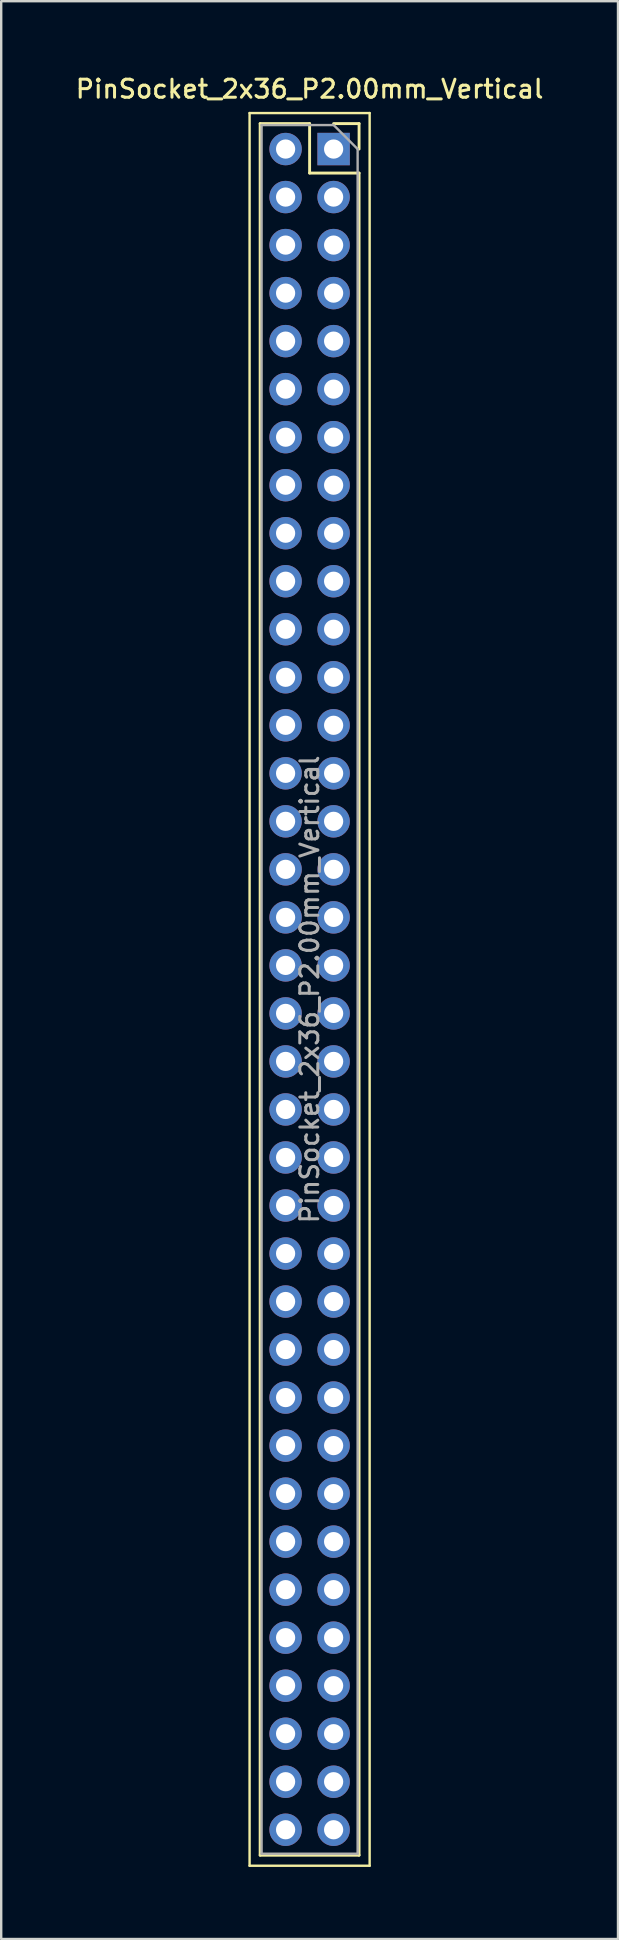
<source format=kicad_pcb>
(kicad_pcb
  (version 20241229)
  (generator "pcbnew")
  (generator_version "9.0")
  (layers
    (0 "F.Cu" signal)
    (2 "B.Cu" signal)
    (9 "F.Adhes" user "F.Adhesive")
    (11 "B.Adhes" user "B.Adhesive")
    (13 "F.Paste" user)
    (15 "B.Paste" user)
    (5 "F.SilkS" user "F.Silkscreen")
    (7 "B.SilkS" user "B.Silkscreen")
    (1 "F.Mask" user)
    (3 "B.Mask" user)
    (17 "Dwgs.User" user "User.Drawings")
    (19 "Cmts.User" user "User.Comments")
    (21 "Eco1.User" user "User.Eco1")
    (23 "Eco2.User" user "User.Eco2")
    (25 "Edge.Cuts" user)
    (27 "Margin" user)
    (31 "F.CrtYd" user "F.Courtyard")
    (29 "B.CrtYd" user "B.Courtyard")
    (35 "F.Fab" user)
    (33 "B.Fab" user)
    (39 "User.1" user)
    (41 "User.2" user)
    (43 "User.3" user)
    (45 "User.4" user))
  (footprint "PinSocket_2x36_P2.00mm_Vertical"
    (layer "F.Cu")
    (at 10.845 3.158)
    (property "Reference" "PinSocket_2x36_P2.00mm_Vertical" (at -1 -2.5 0) (layer "F.SilkS") (effects (font (size 0.75 0.75) (thickness 0.125))))
    (attr through_hole)
    (fp_line (start -3.5 -1.5) (end 1.5 -1.5) (stroke (width 0.1) (type solid)) (layer "F.SilkS"))
    (fp_line (start -3.5 71.5) (end -3.5 -1.5) (stroke (width 0.1) (type solid)) (layer "F.SilkS"))
    (fp_line (start -3.06 -1.06) (end -3.06 71.06) (stroke (width 0.12) (type solid)) (layer "F.SilkS"))
    (fp_line (start -3.06 -1.06) (end -1 -1.06) (stroke (width 0.12) (type solid)) (layer "F.SilkS"))
    (fp_line (start -3.06 71.06) (end 1.06 71.06) (stroke (width 0.12) (type solid)) (layer "F.SilkS"))
    (fp_line (start -1 -1.06) (end -1 1) (stroke (width 0.12) (type solid)) (layer "F.SilkS"))
    (fp_line (start -1 1) (end 1.06 1) (stroke (width 0.12) (type solid)) (layer "F.SilkS"))
    (fp_line (start 0 -1.06) (end 1.06 -1.06) (stroke (width 0.12) (type solid)) (layer "F.SilkS"))
    (fp_line (start 1.06 -1.06) (end 1.06 0) (stroke (width 0.12) (type solid)) (layer "F.SilkS"))
    (fp_line (start 1.06 1) (end 1.06 71.06) (stroke (width 0.12) (type solid)) (layer "F.SilkS"))
    (fp_line (start 1.5 -1.5) (end 1.5 71.5) (stroke (width 0.1) (type solid)) (layer "F.SilkS"))
    (fp_line (start 1.5 71.5) (end -3.5 71.5) (stroke (width 0.1) (type solid)) (layer "F.SilkS"))
    (fp_line (start -3 -1) (end 0 -1) (stroke (width 0.1) (type solid)) (layer "F.Fab"))
    (fp_line (start -3 71) (end -3 -1) (stroke (width 0.1) (type solid)) (layer "F.Fab"))
    (fp_line (start 0 -1) (end 1 0) (stroke (width 0.1) (type solid)) (layer "F.Fab"))
    (fp_line (start 1 0) (end 1 71) (stroke (width 0.1) (type solid)) (layer "F.Fab"))
    (fp_line (start 1 71) (end -3 71) (stroke (width 0.1) (type solid)) (layer "F.Fab"))
    (fp_text user "${REFERENCE}" (at -1 35 90) (layer "F.Fab") (effects (font (size 0.75 0.75) (thickness 0.125))))
    (pad "1" thru_hole rect (at 0 0) (size 1.35 1.35) (drill 0.8) (layers "*.Cu" "*.Mask"))
    (pad "2" thru_hole oval (at -2 0) (size 1.35 1.35) (drill 0.8) (layers "*.Cu" "*.Mask"))
    (pad "3" thru_hole oval (at 0 2) (size 1.35 1.35) (drill 0.8) (layers "*.Cu" "*.Mask"))
    (pad "4" thru_hole oval (at -2 2) (size 1.35 1.35) (drill 0.8) (layers "*.Cu" "*.Mask"))
    (pad "5" thru_hole oval (at 0 4) (size 1.35 1.35) (drill 0.8) (layers "*.Cu" "*.Mask"))
    (pad "6" thru_hole oval (at -2 4) (size 1.35 1.35) (drill 0.8) (layers "*.Cu" "*.Mask"))
    (pad "7" thru_hole oval (at 0 6) (size 1.35 1.35) (drill 0.8) (layers "*.Cu" "*.Mask"))
    (pad "8" thru_hole oval (at -2 6) (size 1.35 1.35) (drill 0.8) (layers "*.Cu" "*.Mask"))
    (pad "9" thru_hole oval (at 0 8) (size 1.35 1.35) (drill 0.8) (layers "*.Cu" "*.Mask"))
    (pad "10" thru_hole oval (at -2 8) (size 1.35 1.35) (drill 0.8) (layers "*.Cu" "*.Mask"))
    (pad "11" thru_hole oval (at 0 10) (size 1.35 1.35) (drill 0.8) (layers "*.Cu" "*.Mask"))
    (pad "12" thru_hole oval (at -2 10) (size 1.35 1.35) (drill 0.8) (layers "*.Cu" "*.Mask"))
    (pad "13" thru_hole oval (at 0 12) (size 1.35 1.35) (drill 0.8) (layers "*.Cu" "*.Mask"))
    (pad "14" thru_hole oval (at -2 12) (size 1.35 1.35) (drill 0.8) (layers "*.Cu" "*.Mask"))
    (pad "15" thru_hole oval (at 0 14) (size 1.35 1.35) (drill 0.8) (layers "*.Cu" "*.Mask"))
    (pad "16" thru_hole oval (at -2 14) (size 1.35 1.35) (drill 0.8) (layers "*.Cu" "*.Mask"))
    (pad "17" thru_hole oval (at 0 16) (size 1.35 1.35) (drill 0.8) (layers "*.Cu" "*.Mask"))
    (pad "18" thru_hole oval (at -2 16) (size 1.35 1.35) (drill 0.8) (layers "*.Cu" "*.Mask"))
    (pad "19" thru_hole oval (at 0 18) (size 1.35 1.35) (drill 0.8) (layers "*.Cu" "*.Mask"))
    (pad "20" thru_hole oval (at -2 18) (size 1.35 1.35) (drill 0.8) (layers "*.Cu" "*.Mask"))
    (pad "21" thru_hole oval (at 0 20) (size 1.35 1.35) (drill 0.8) (layers "*.Cu" "*.Mask"))
    (pad "22" thru_hole oval (at -2 20) (size 1.35 1.35) (drill 0.8) (layers "*.Cu" "*.Mask"))
    (pad "23" thru_hole oval (at 0 22) (size 1.35 1.35) (drill 0.8) (layers "*.Cu" "*.Mask"))
    (pad "24" thru_hole oval (at -2 22) (size 1.35 1.35) (drill 0.8) (layers "*.Cu" "*.Mask"))
    (pad "25" thru_hole oval (at 0 24) (size 1.35 1.35) (drill 0.8) (layers "*.Cu" "*.Mask"))
    (pad "26" thru_hole oval (at -2 24) (size 1.35 1.35) (drill 0.8) (layers "*.Cu" "*.Mask"))
    (pad "27" thru_hole oval (at 0 26) (size 1.35 1.35) (drill 0.8) (layers "*.Cu" "*.Mask"))
    (pad "28" thru_hole oval (at -2 26) (size 1.35 1.35) (drill 0.8) (layers "*.Cu" "*.Mask"))
    (pad "29" thru_hole oval (at 0 28) (size 1.35 1.35) (drill 0.8) (layers "*.Cu" "*.Mask"))
    (pad "30" thru_hole oval (at -2 28) (size 1.35 1.35) (drill 0.8) (layers "*.Cu" "*.Mask"))
    (pad "31" thru_hole oval (at 0 30) (size 1.35 1.35) (drill 0.8) (layers "*.Cu" "*.Mask"))
    (pad "32" thru_hole oval (at -2 30) (size 1.35 1.35) (drill 0.8) (layers "*.Cu" "*.Mask"))
    (pad "33" thru_hole oval (at 0 32) (size 1.35 1.35) (drill 0.8) (layers "*.Cu" "*.Mask"))
    (pad "34" thru_hole oval (at -2 32) (size 1.35 1.35) (drill 0.8) (layers "*.Cu" "*.Mask"))
    (pad "35" thru_hole oval (at 0 34) (size 1.35 1.35) (drill 0.8) (layers "*.Cu" "*.Mask"))
    (pad "36" thru_hole oval (at -2 34) (size 1.35 1.35) (drill 0.8) (layers "*.Cu" "*.Mask"))
    (pad "37" thru_hole oval (at 0 36) (size 1.35 1.35) (drill 0.8) (layers "*.Cu" "*.Mask"))
    (pad "38" thru_hole oval (at -2 36) (size 1.35 1.35) (drill 0.8) (layers "*.Cu" "*.Mask"))
    (pad "39" thru_hole oval (at 0 38) (size 1.35 1.35) (drill 0.8) (layers "*.Cu" "*.Mask"))
    (pad "40" thru_hole oval (at -2 38) (size 1.35 1.35) (drill 0.8) (layers "*.Cu" "*.Mask"))
    (pad "41" thru_hole oval (at 0 40) (size 1.35 1.35) (drill 0.8) (layers "*.Cu" "*.Mask"))
    (pad "42" thru_hole oval (at -2 40) (size 1.35 1.35) (drill 0.8) (layers "*.Cu" "*.Mask"))
    (pad "43" thru_hole oval (at 0 42) (size 1.35 1.35) (drill 0.8) (layers "*.Cu" "*.Mask"))
    (pad "44" thru_hole oval (at -2 42) (size 1.35 1.35) (drill 0.8) (layers "*.Cu" "*.Mask"))
    (pad "45" thru_hole oval (at 0 44) (size 1.35 1.35) (drill 0.8) (layers "*.Cu" "*.Mask"))
    (pad "46" thru_hole oval (at -2 44) (size 1.35 1.35) (drill 0.8) (layers "*.Cu" "*.Mask"))
    (pad "47" thru_hole oval (at 0 46) (size 1.35 1.35) (drill 0.8) (layers "*.Cu" "*.Mask"))
    (pad "48" thru_hole oval (at -2 46) (size 1.35 1.35) (drill 0.8) (layers "*.Cu" "*.Mask"))
    (pad "49" thru_hole oval (at 0 48) (size 1.35 1.35) (drill 0.8) (layers "*.Cu" "*.Mask"))
    (pad "50" thru_hole oval (at -2 48) (size 1.35 1.35) (drill 0.8) (layers "*.Cu" "*.Mask"))
    (pad "51" thru_hole oval (at 0 50) (size 1.35 1.35) (drill 0.8) (layers "*.Cu" "*.Mask"))
    (pad "52" thru_hole oval (at -2 50) (size 1.35 1.35) (drill 0.8) (layers "*.Cu" "*.Mask"))
    (pad "53" thru_hole oval (at 0 52) (size 1.35 1.35) (drill 0.8) (layers "*.Cu" "*.Mask"))
    (pad "54" thru_hole oval (at -2 52) (size 1.35 1.35) (drill 0.8) (layers "*.Cu" "*.Mask"))
    (pad "55" thru_hole oval (at 0 54) (size 1.35 1.35) (drill 0.8) (layers "*.Cu" "*.Mask"))
    (pad "56" thru_hole oval (at -2 54) (size 1.35 1.35) (drill 0.8) (layers "*.Cu" "*.Mask"))
    (pad "57" thru_hole oval (at 0 56) (size 1.35 1.35) (drill 0.8) (layers "*.Cu" "*.Mask"))
    (pad "58" thru_hole oval (at -2 56) (size 1.35 1.35) (drill 0.8) (layers "*.Cu" "*.Mask"))
    (pad "59" thru_hole oval (at 0 58) (size 1.35 1.35) (drill 0.8) (layers "*.Cu" "*.Mask"))
    (pad "60" thru_hole oval (at -2 58) (size 1.35 1.35) (drill 0.8) (layers "*.Cu" "*.Mask"))
    (pad "61" thru_hole oval (at 0 60) (size 1.35 1.35) (drill 0.8) (layers "*.Cu" "*.Mask"))
    (pad "62" thru_hole oval (at -2 60) (size 1.35 1.35) (drill 0.8) (layers "*.Cu" "*.Mask"))
    (pad "63" thru_hole oval (at 0 62) (size 1.35 1.35) (drill 0.8) (layers "*.Cu" "*.Mask"))
    (pad "64" thru_hole oval (at -2 62) (size 1.35 1.35) (drill 0.8) (layers "*.Cu" "*.Mask"))
    (pad "65" thru_hole oval (at 0 64) (size 1.35 1.35) (drill 0.8) (layers "*.Cu" "*.Mask"))
    (pad "66" thru_hole oval (at -2 64) (size 1.35 1.35) (drill 0.8) (layers "*.Cu" "*.Mask"))
    (pad "67" thru_hole oval (at 0 66) (size 1.35 1.35) (drill 0.8) (layers "*.Cu" "*.Mask"))
    (pad "68" thru_hole oval (at -2 66) (size 1.35 1.35) (drill 0.8) (layers "*.Cu" "*.Mask"))
    (pad "69" thru_hole oval (at 0 68) (size 1.35 1.35) (drill 0.8) (layers "*.Cu" "*.Mask"))
    (pad "70" thru_hole oval (at -2 68) (size 1.35 1.35) (drill 0.8) (layers "*.Cu" "*.Mask"))
    (pad "71" thru_hole oval (at 0 70) (size 1.35 1.35) (drill 0.8) (layers "*.Cu" "*.Mask"))
    (pad "72" thru_hole oval (at -2 70) (size 1.35 1.35) (drill 0.8) (layers "*.Cu" "*.Mask")))
  (gr_rect
    (start -3 -3)
    (end 22.689 77.708)
    (stroke (width 0.1) (type default))
    (fill no)
    (layer "Edge.Cuts")))
</source>
